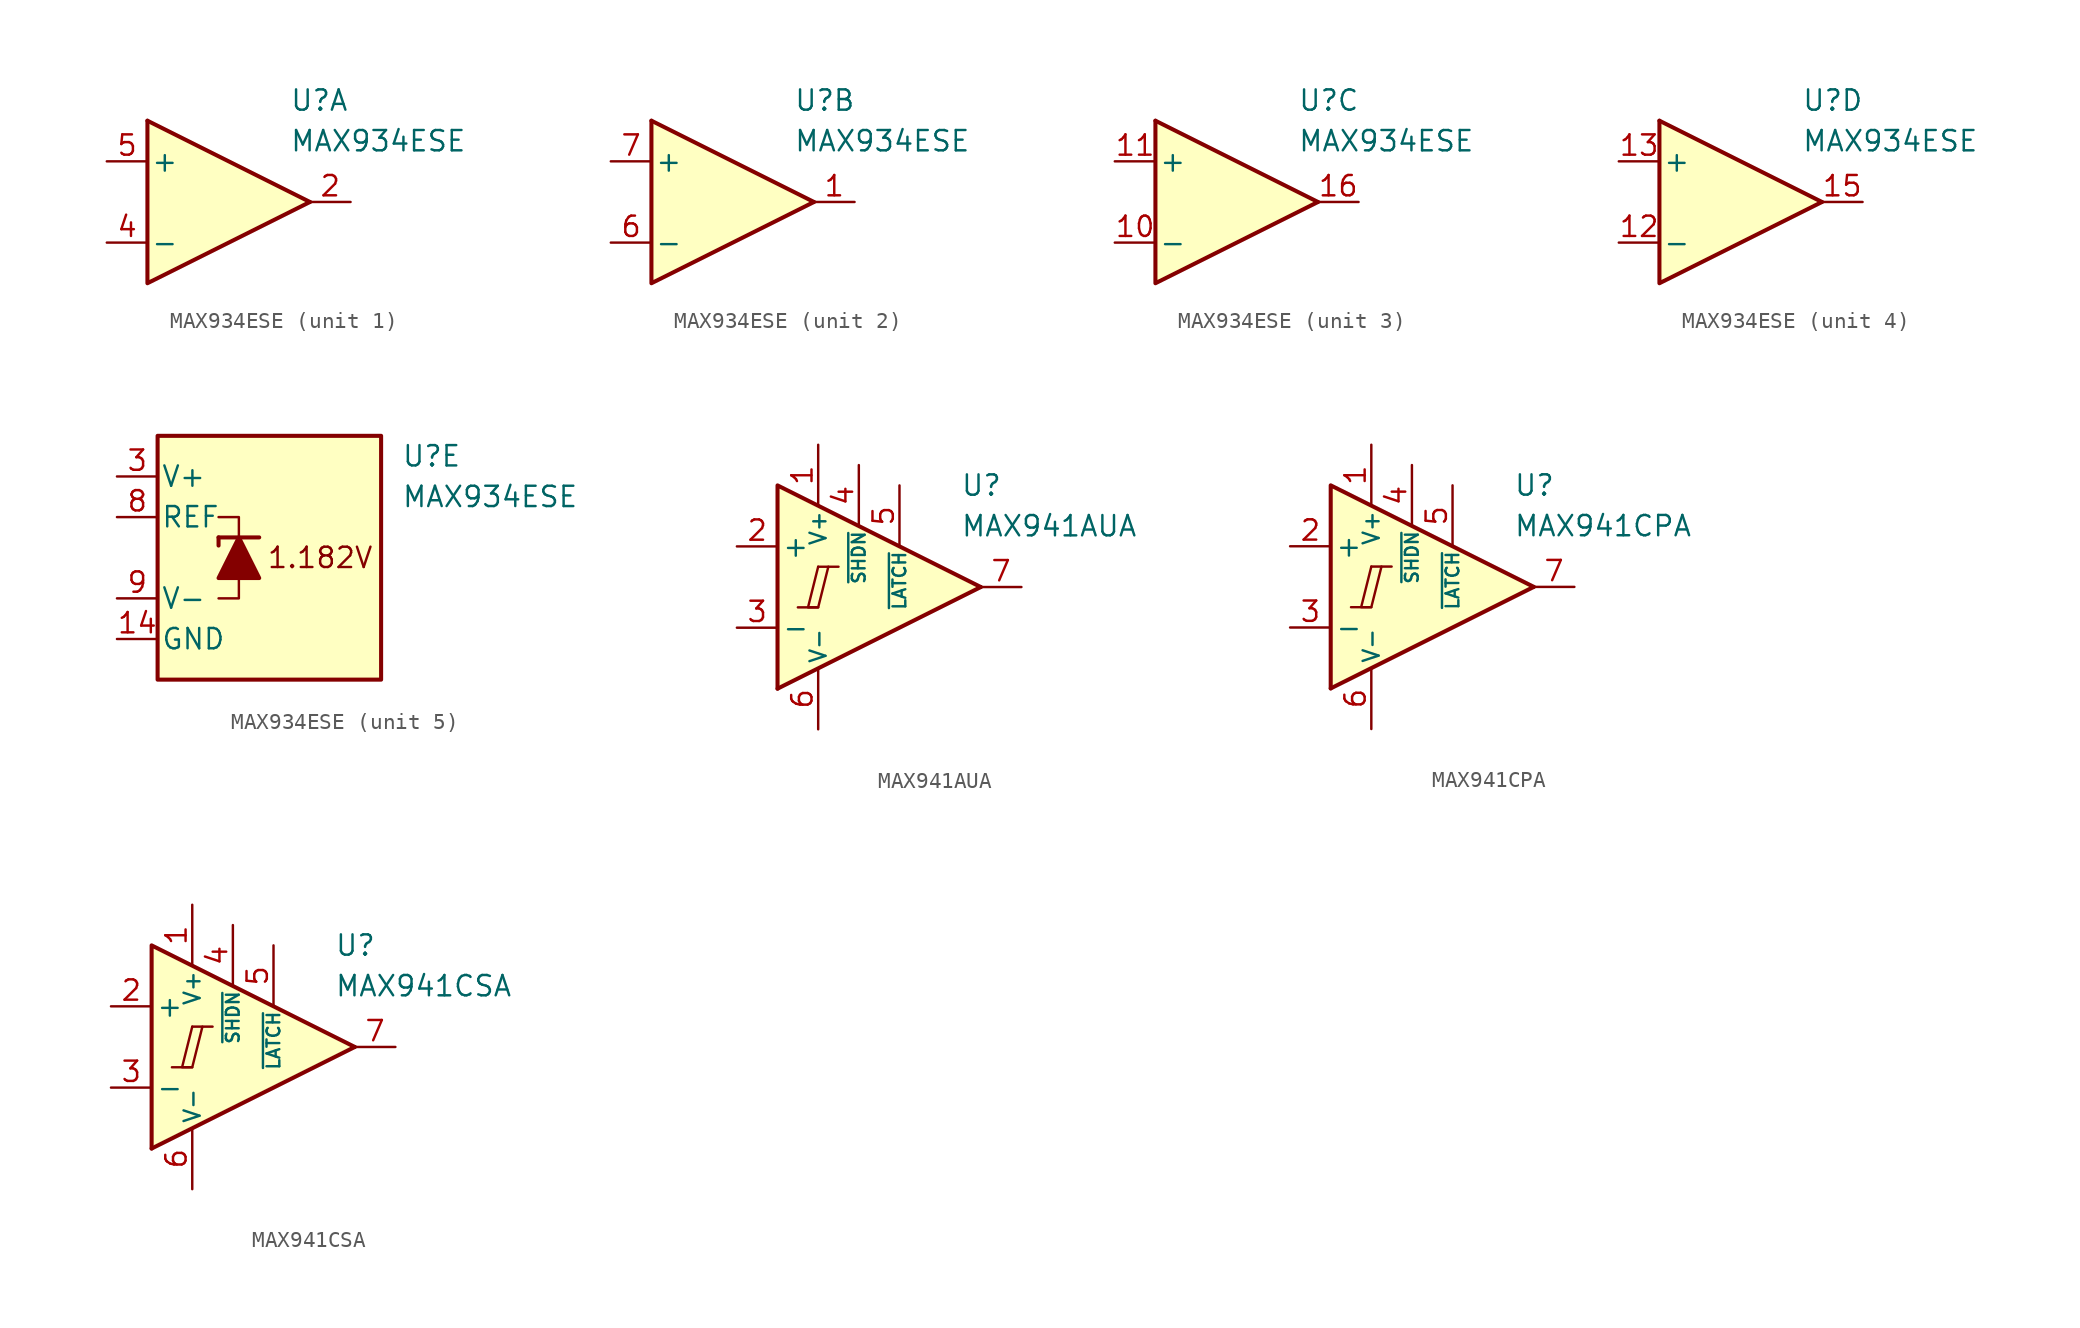
<source format=kicad_sym>
(kicad_symbol_lib
  (version 20211014)
  (generator kicad_symbol_editor)
  (symbol "MAX934ESE"
    (pin_names
      (offset 0.2))
    (property "Reference" "U"
      (at 5.08 6.35 0)
      (effects (font (size 1.27 1.27)) (justify left)))
    (property "Value" "MAX934ESE"
      (at 5.08 3.81 0)
      (effects (font (size 1.27 1.27)) (justify left)))
    (property "ki_locked" ""
      (at 0 0 0)
      (effects (font (size 1.27 1.27))))
    (symbol "MAX934ESE_1_1"
      (polyline (pts (xy -3.81 5.08) (xy 6.35 0)) (stroke (width 0.254) (type default) (color 0 0 0 0)) (fill (type none)))
      (polyline (pts (xy -3.81 5.08) (xy -3.81 -5.08) (xy 6.35 0)) (stroke (width 0.254) (type default) (color 0 0 0 0)) (fill (type background)))
      (pin output line (at 8.89 0 180) (length 2.54) (name "~" (effects (font (size 1.27 1.27)))) (number "2" (effects (font (size 1.27 1.27)))))
      (pin input line (at -6.35 -2.54 0) (length 2.54) (name "-" (effects (font (size 1.27 1.27)))) (number "4" (effects (font (size 1.27 1.27)))))
      (pin input line (at -6.35 2.54 0) (length 2.54) (name "+" (effects (font (size 1.27 1.27)))) (number "5" (effects (font (size 1.27 1.27))))))
    (symbol "MAX934ESE_2_1"
      (polyline (pts (xy -3.81 5.08) (xy 6.35 0)) (stroke (width 0.254) (type default) (color 0 0 0 0)) (fill (type none)))
      (polyline (pts (xy -3.81 5.08) (xy -3.81 -5.08) (xy 6.35 0)) (stroke (width 0.254) (type default) (color 0 0 0 0)) (fill (type background)))
      (pin output line (at 8.89 0 180) (length 2.54) (name "~" (effects (font (size 1.27 1.27)))) (number "1" (effects (font (size 1.27 1.27)))))
      (pin input line (at -6.35 -2.54 0) (length 2.54) (name "-" (effects (font (size 1.27 1.27)))) (number "6" (effects (font (size 1.27 1.27)))))
      (pin input line (at -6.35 2.54 0) (length 2.54) (name "+" (effects (font (size 1.27 1.27)))) (number "7" (effects (font (size 1.27 1.27))))))
    (symbol "MAX934ESE_3_1"
      (polyline (pts (xy -3.81 5.08) (xy 6.35 0)) (stroke (width 0.254) (type default) (color 0 0 0 0)) (fill (type none)))
      (polyline (pts (xy -3.81 5.08) (xy -3.81 -5.08) (xy 6.35 0)) (stroke (width 0.254) (type default) (color 0 0 0 0)) (fill (type background)))
      (pin input line (at -6.35 -2.54 0) (length 2.54) (name "-" (effects (font (size 1.27 1.27)))) (number "10" (effects (font (size 1.27 1.27)))))
      (pin input line (at -6.35 2.54 0) (length 2.54) (name "+" (effects (font (size 1.27 1.27)))) (number "11" (effects (font (size 1.27 1.27)))))
      (pin output line (at 8.89 0 180) (length 2.54) (name "~" (effects (font (size 1.27 1.27)))) (number "16" (effects (font (size 1.27 1.27))))))
    (symbol "MAX934ESE_4_1"
      (polyline (pts (xy -3.81 5.08) (xy 6.35 0)) (stroke (width 0.254) (type default) (color 0 0 0 0)) (fill (type none)))
      (polyline (pts (xy -3.81 5.08) (xy -3.81 -5.08) (xy 6.35 0)) (stroke (width 0.254) (type default) (color 0 0 0 0)) (fill (type background)))
      (pin input line (at -6.35 -2.54 0) (length 2.54) (name "-" (effects (font (size 1.27 1.27)))) (number "12" (effects (font (size 1.27 1.27)))))
      (pin input line (at -6.35 2.54 0) (length 2.54) (name "+" (effects (font (size 1.27 1.27)))) (number "13" (effects (font (size 1.27 1.27)))))
      (pin output line (at 8.89 0 180) (length 2.54) (name "~" (effects (font (size 1.27 1.27)))) (number "15" (effects (font (size 1.27 1.27))))))
    (symbol "MAX934ESE_5_0"
      (text "1.182V" (at 0 0 0) (effects (font (size 1.27 1.27)))))
    (symbol "MAX934ESE_5_1"
      (rectangle (start -10.16 7.62) (end 3.81 -7.62) (stroke (width 0.254) (type default) (color 0 0 0 0)) (fill (type background)))
      (polyline (pts (xy -6.35 1.27) (xy -6.35 0.762)) (stroke (width 0.254) (type default) (color 0 0 0 0)) (fill (type none)))
      (polyline (pts (xy -6.35 1.27) (xy -3.81 1.27)) (stroke (width 0.254) (type default) (color 0 0 0 0)) (fill (type none)))
      (polyline (pts (xy -5.08 -1.27) (xy -5.08 -2.54) (xy -6.35 -2.54)) (stroke (width 0) (type default) (color 0 0 0 0)) (fill (type none)))
      (polyline (pts (xy -5.08 1.27) (xy -5.08 2.54) (xy -6.35 2.54)) (stroke (width 0) (type default) (color 0 0 0 0)) (fill (type none)))
      (polyline (pts (xy -3.81 -1.27) (xy -6.35 -1.27) (xy -5.08 1.27) (xy -3.81 -1.27)) (stroke (width 0.254) (type default) (color 0 0 0 0)) (fill (type outline)))
      (pin power_in line (at -12.7 -5.08 0) (length 2.54) (name "GND" (effects (font (size 1.27 1.27)))) (number "14" (effects (font (size 1.27 1.27)))))
      (pin power_in line (at -12.7 5.08 0) (length 2.54) (name "V+" (effects (font (size 1.27 1.27)))) (number "3" (effects (font (size 1.27 1.27)))))
      (pin output line (at -12.7 2.54 0) (length 2.54) (name "REF" (effects (font (size 1.27 1.27)))) (number "8" (effects (font (size 1.27 1.27)))))
      (pin power_in line (at -12.7 -2.54 0) (length 2.54) (name "V-" (effects (font (size 1.27 1.27)))) (number "9" (effects (font (size 1.27 1.27)))))))
  (symbol "MAX941AUA"
    (pin_names
      (offset 0.254))
    (property "Reference" "U"
      (at 6.35 6.35 0)
      (effects (font (size 1.27 1.27)) (justify left)))
    (property "Value" "MAX941AUA"
      (at 6.35 3.81 0)
      (effects (font (size 1.27 1.27)) (justify left)))
    (symbol "MAX941AUA_0_0"
      (polyline (pts (xy -3.81 -1.27) (xy -2.54 -1.27)) (stroke (width 0.152) (type default) (color 0 0 0 0)) (fill (type none)))
      (polyline (pts (xy -2.54 1.27) (xy -1.27 1.27)) (stroke (width 0.152) (type default) (color 0 0 0 0)) (fill (type none)))
      (polyline (pts (xy 7.62 0) (xy -5.08 -6.35)) (stroke (width 0.254) (type default) (color 0 0 0 0)) (fill (type none)))
      (polyline (pts (xy 7.62 0) (xy -5.08 6.35) (xy -5.08 -6.35)) (stroke (width 0.254) (type default) (color 0 0 0 0)) (fill (type background)))
      (polyline (pts (xy -2.54 1.27) (xy -3.175 -1.27) (xy -2.54 -1.27) (xy -1.905 1.27)) (stroke (width 0.152) (type default) (color 0 0 0 0)) (fill (type none))))
    (symbol "MAX941AUA_1_1"
      (pin power_in line (at -2.54 8.89 270) (length 3.81) (name "V+" (effects (font (size 1 1)))) (number "1" (effects (font (size 1.27 1.27)))))
      (pin input line (at -7.62 2.54 0) (length 2.54) (name "+" (effects (font (size 1.27 1.27)))) (number "2" (effects (font (size 1.27 1.27)))))
      (pin input line (at -7.62 -2.54 0) (length 2.54) (name "-" (effects (font (size 1.27 1.27)))) (number "3" (effects (font (size 1.27 1.27)))))
      (pin input line (at 0 7.62 270) (length 3.81) (name "~{SHDN}" (effects (font (size 0.8 0.8)))) (number "4" (effects (font (size 1.27 1.27)))))
      (pin input line (at 2.54 6.35 270) (length 3.81) (name "~{LATCH}" (effects (font (size 0.8 0.8)))) (number "5" (effects (font (size 1.27 1.27)))))
      (pin power_in line (at -2.54 -8.89 90) (length 3.81) (name "V-" (effects (font (size 1 1)))) (number "6" (effects (font (size 1.27 1.27)))))
      (pin output line (at 10.16 0 180) (length 2.54) (name "~" (effects (font (size 1.27 1.27)))) (number "7" (effects (font (size 1.27 1.27)))))
      (pin no_connect line (at -1.27 0 180) (length 2.54) hide (name "NC" (effects (font (size 1.27 1.27)))) (number "8" (effects (font (size 1.27 1.27)))))))
  (symbol "MAX941CPA"
    (pin_names
      (offset 0.254))
    (property "Reference" "U"
      (at 6.35 6.35 0)
      (effects (font (size 1.27 1.27)) (justify left)))
    (property "Value" "MAX941CPA"
      (at 6.35 3.81 0)
      (effects (font (size 1.27 1.27)) (justify left)))
    (symbol "MAX941CPA_0_0"
      (polyline (pts (xy -3.81 -1.27) (xy -2.54 -1.27)) (stroke (width 0.152) (type default) (color 0 0 0 0)) (fill (type none)))
      (polyline (pts (xy -2.54 1.27) (xy -1.27 1.27)) (stroke (width 0.152) (type default) (color 0 0 0 0)) (fill (type none)))
      (polyline (pts (xy 7.62 0) (xy -5.08 -6.35)) (stroke (width 0.254) (type default) (color 0 0 0 0)) (fill (type none)))
      (polyline (pts (xy 7.62 0) (xy -5.08 6.35) (xy -5.08 -6.35)) (stroke (width 0.254) (type default) (color 0 0 0 0)) (fill (type background)))
      (polyline (pts (xy -2.54 1.27) (xy -3.175 -1.27) (xy -2.54 -1.27) (xy -1.905 1.27)) (stroke (width 0.152) (type default) (color 0 0 0 0)) (fill (type none))))
    (symbol "MAX941CPA_1_1"
      (pin power_in line (at -2.54 8.89 270) (length 3.81) (name "V+" (effects (font (size 1 1)))) (number "1" (effects (font (size 1.27 1.27)))))
      (pin input line (at -7.62 2.54 0) (length 2.54) (name "+" (effects (font (size 1.27 1.27)))) (number "2" (effects (font (size 1.27 1.27)))))
      (pin input line (at -7.62 -2.54 0) (length 2.54) (name "-" (effects (font (size 1.27 1.27)))) (number "3" (effects (font (size 1.27 1.27)))))
      (pin input line (at 0 7.62 270) (length 3.81) (name "~{SHDN}" (effects (font (size 0.8 0.8)))) (number "4" (effects (font (size 1.27 1.27)))))
      (pin input line (at 2.54 6.35 270) (length 3.81) (name "~{LATCH}" (effects (font (size 0.8 0.8)))) (number "5" (effects (font (size 1.27 1.27)))))
      (pin power_in line (at -2.54 -8.89 90) (length 3.81) (name "V-" (effects (font (size 1 1)))) (number "6" (effects (font (size 1.27 1.27)))))
      (pin output line (at 10.16 0 180) (length 2.54) (name "~" (effects (font (size 1.27 1.27)))) (number "7" (effects (font (size 1.27 1.27)))))
      (pin no_connect line (at -1.27 0 180) (length 2.54) hide (name "NC" (effects (font (size 1.27 1.27)))) (number "8" (effects (font (size 1.27 1.27)))))))
  (symbol "MAX941CSA"
    (pin_names
      (offset 0.254))
    (property "Reference" "U"
      (at 6.35 6.35 0)
      (effects (font (size 1.27 1.27)) (justify left)))
    (property "Value" "MAX941CSA"
      (at 6.35 3.81 0)
      (effects (font (size 1.27 1.27)) (justify left)))
    (symbol "MAX941CSA_0_0"
      (polyline (pts (xy -3.81 -1.27) (xy -2.54 -1.27)) (stroke (width 0.152) (type default) (color 0 0 0 0)) (fill (type none)))
      (polyline (pts (xy -2.54 1.27) (xy -1.27 1.27)) (stroke (width 0.152) (type default) (color 0 0 0 0)) (fill (type none)))
      (polyline (pts (xy 7.62 0) (xy -5.08 -6.35)) (stroke (width 0.254) (type default) (color 0 0 0 0)) (fill (type none)))
      (polyline (pts (xy 7.62 0) (xy -5.08 6.35) (xy -5.08 -6.35)) (stroke (width 0.254) (type default) (color 0 0 0 0)) (fill (type background)))
      (polyline (pts (xy -2.54 1.27) (xy -3.175 -1.27) (xy -2.54 -1.27) (xy -1.905 1.27)) (stroke (width 0.152) (type default) (color 0 0 0 0)) (fill (type none))))
    (symbol "MAX941CSA_1_1"
      (pin power_in line (at -2.54 8.89 270) (length 3.81) (name "V+" (effects (font (size 1 1)))) (number "1" (effects (font (size 1.27 1.27)))))
      (pin input line (at -7.62 2.54 0) (length 2.54) (name "+" (effects (font (size 1.27 1.27)))) (number "2" (effects (font (size 1.27 1.27)))))
      (pin input line (at -7.62 -2.54 0) (length 2.54) (name "-" (effects (font (size 1.27 1.27)))) (number "3" (effects (font (size 1.27 1.27)))))
      (pin input line (at 0 7.62 270) (length 3.81) (name "~{SHDN}" (effects (font (size 0.8 0.8)))) (number "4" (effects (font (size 1.27 1.27)))))
      (pin input line (at 2.54 6.35 270) (length 3.81) (name "~{LATCH}" (effects (font (size 0.8 0.8)))) (number "5" (effects (font (size 1.27 1.27)))))
      (pin power_in line (at -2.54 -8.89 90) (length 3.81) (name "V-" (effects (font (size 1 1)))) (number "6" (effects (font (size 1.27 1.27)))))
      (pin output line (at 10.16 0 180) (length 2.54) (name "~" (effects (font (size 1.27 1.27)))) (number "7" (effects (font (size 1.27 1.27)))))
      (pin no_connect line (at -1.27 0 180) (length 2.54) hide (name "NC" (effects (font (size 1.27 1.27)))) (number "8" (effects (font (size 1.27 1.27))))))))
</source>
